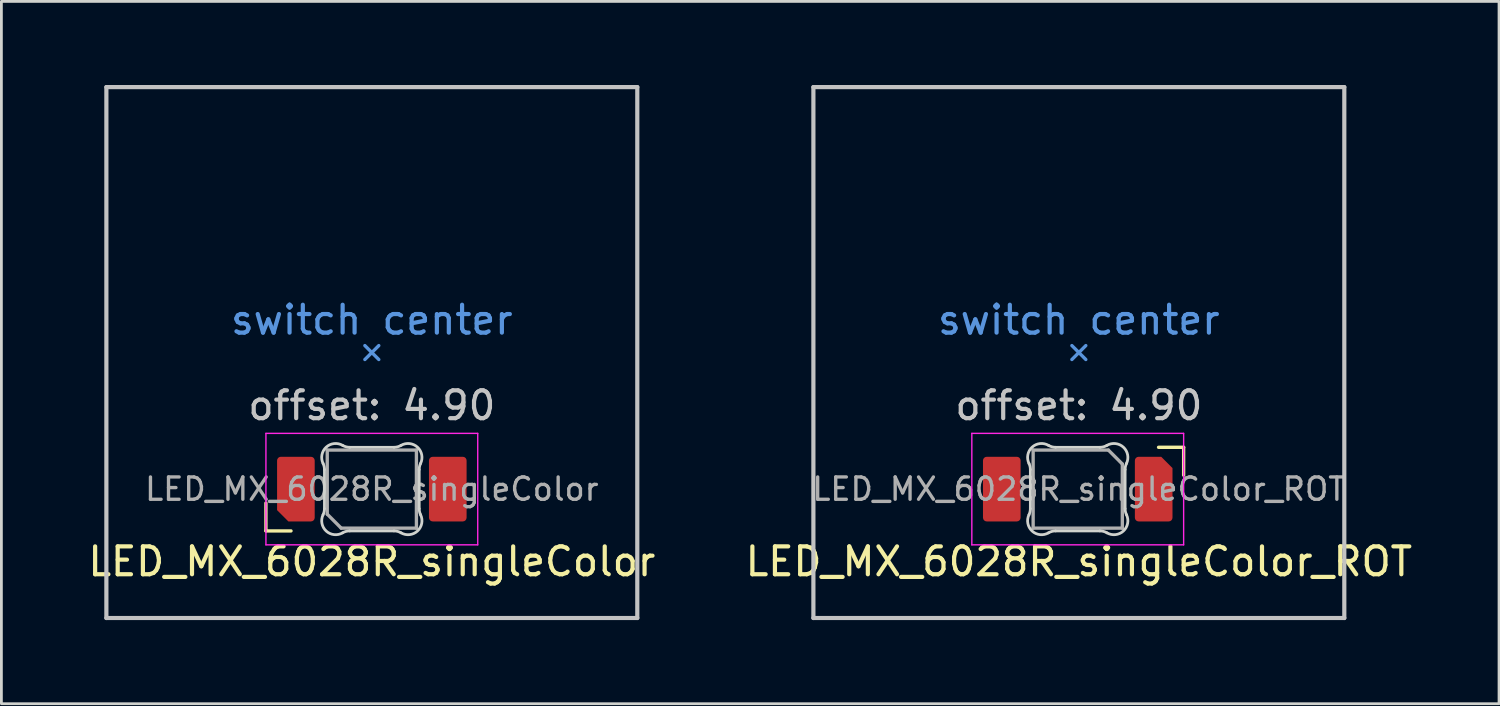
<source format=kicad_pcb>
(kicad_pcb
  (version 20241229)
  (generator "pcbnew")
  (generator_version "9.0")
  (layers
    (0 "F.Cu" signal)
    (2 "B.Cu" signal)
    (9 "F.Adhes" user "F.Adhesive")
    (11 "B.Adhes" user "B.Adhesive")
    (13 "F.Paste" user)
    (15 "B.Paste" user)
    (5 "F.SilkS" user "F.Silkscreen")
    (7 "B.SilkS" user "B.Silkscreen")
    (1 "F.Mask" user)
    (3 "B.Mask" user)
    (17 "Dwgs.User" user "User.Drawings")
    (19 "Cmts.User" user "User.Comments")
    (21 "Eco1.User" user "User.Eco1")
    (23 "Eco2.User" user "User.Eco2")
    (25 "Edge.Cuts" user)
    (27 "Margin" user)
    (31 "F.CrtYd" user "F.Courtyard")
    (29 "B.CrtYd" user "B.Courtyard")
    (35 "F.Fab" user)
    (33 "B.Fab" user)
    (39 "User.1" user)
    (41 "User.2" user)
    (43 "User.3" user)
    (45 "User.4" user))
  (footprint "LED_MX_6028R_singleColor_ROT"
    (layer "F.Cu")
    (at 35.661 14.5)
    (property "Reference" "LED_MX_6028R_singleColor_ROT" (at 0 2.6 0) (layer "F.SilkS") (effects (font (size 1 1) (thickness 0.15))))
    (attr smd)
    (fp_line (start 3.76 -1.5) (end 2.86 -1.5) (stroke (width 0.12) (type solid)) (layer "F.SilkS"))
    (fp_line (start 3.76 -0.5) (end 3.76 -1.5) (stroke (width 0.12) (type solid)) (layer "F.SilkS"))
    (fp_line (start -9.525 -14.425) (end -9.525 4.625) (stroke (width 0.15) (type solid)) (layer "Dwgs.User"))
    (fp_line (start -9.525 4.625) (end 9.525 4.625) (stroke (width 0.15) (type solid)) (layer "Dwgs.User"))
    (fp_line (start 9.525 -14.425) (end -9.525 -14.425) (stroke (width 0.15) (type solid)) (layer "Dwgs.User"))
    (fp_line (start 9.525 4.625) (end 9.525 -14.425) (stroke (width 0.15) (type solid)) (layer "Dwgs.User"))
    (fp_line (start -0.25 -4.65) (end 0 -4.9) (stroke (width 0.12) (type solid)) (layer "Cmts.User"))
    (fp_line (start 0 -4.9) (end -0.25 -5.15) (stroke (width 0.12) (type solid)) (layer "Cmts.User"))
    (fp_line (start 0 -4.9) (end 0.25 -5.15) (stroke (width 0.12) (type solid)) (layer "Cmts.User"))
    (fp_line (start 0.25 -4.65) (end 0 -4.9) (stroke (width 0.12) (type solid)) (layer "Cmts.User"))
    (fp_line (start -1.74 -0.703) (end -1.74 0.703) (stroke (width 0.1) (type solid)) (layer "Edge.Cuts"))
    (fp_line (start -0.834 1.5) (end 0.754 1.5) (stroke (width 0.1) (type solid)) (layer "Edge.Cuts"))
    (fp_line (start 0.754 -1.5) (end -0.834 -1.5) (stroke (width 0.1) (type solid)) (layer "Edge.Cuts"))
    (fp_line (start 1.66 0.703) (end 1.66 -0.703) (stroke (width 0.1) (type solid)) (layer "Edge.Cuts"))
    (fp_arc (start -1.789484 -0.919719) (mid -1.752519 -0.814068) (end -1.739999 -0.702842) (stroke (width 0.1) (type solid)) (layer "Edge.Cuts"))
    (fp_arc (start -1.789484 -0.919719) (mid -1.67807 -1.504033) (end -1.086711 -1.568296) (stroke (width 0.1) (type solid)) (layer "Edge.Cuts"))
    (fp_arc (start -1.739999 0.702843) (mid -1.752528 0.814069) (end -1.789484 0.919721) (stroke (width 0.1) (type solid)) (layer "Edge.Cuts"))
    (fp_arc (start -1.086711 1.5683) (mid -1.678072 1.504036) (end -1.789484 0.919721) (stroke (width 0.1) (type solid)) (layer "Edge.Cuts"))
    (fp_arc (start -1.086711 1.5683) (mid -0.965123 1.517378) (end -0.834453 1.500001) (stroke (width 0.1) (type solid)) (layer "Edge.Cuts"))
    (fp_arc (start -0.834452 -1.499999) (mid -0.965122 -1.517376) (end -1.08671 -1.568298) (stroke (width 0.1) (type solid)) (layer "Edge.Cuts"))
    (fp_arc (start 0.754453 1.5) (mid 0.885123 1.517377) (end 1.006711 1.568299) (stroke (width 0.1) (type solid)) (layer "Edge.Cuts"))
    (fp_arc (start 1.006711 -1.568298) (mid 0.885123 -1.517376) (end 0.754452 -1.499999) (stroke (width 0.1) (type solid)) (layer "Edge.Cuts"))
    (fp_arc (start 1.006711 -1.568298) (mid 1.598072 -1.504034) (end 1.709484 -0.919718) (stroke (width 0.1) (type solid)) (layer "Edge.Cuts"))
    (fp_arc (start 1.659999 -0.702841) (mid 1.672527 -0.814067) (end 1.709484 -0.919719) (stroke (width 0.1) (type solid)) (layer "Edge.Cuts"))
    (fp_arc (start 1.709484 0.919721) (mid 1.598071 1.504036) (end 1.006711 1.568299) (stroke (width 0.1) (type solid)) (layer "Edge.Cuts"))
    (fp_arc (start 1.709484 0.919721) (mid 1.672527 0.814069) (end 1.659999 0.702844) (stroke (width 0.1) (type solid)) (layer "Edge.Cuts"))
    (fp_line (start -3.84 -2) (end 3.76 -2) (stroke (width 0.05) (type solid)) (layer "F.CrtYd"))
    (fp_line (start -3.84 2) (end -3.84 -2) (stroke (width 0.05) (type solid)) (layer "F.CrtYd"))
    (fp_line (start 3.76 -2) (end 3.76 2) (stroke (width 0.05) (type solid)) (layer "F.CrtYd"))
    (fp_line (start 3.76 2) (end -3.84 2) (stroke (width 0.05) (type solid)) (layer "F.CrtYd"))
    (fp_line (start -1.64 -1.4) (end 1.06 -1.4) (stroke (width 0.12) (type solid)) (layer "F.Fab"))
    (fp_line (start -1.64 1.4) (end -1.64 -1.4) (stroke (width 0.12) (type solid)) (layer "F.Fab"))
    (fp_line (start 1.56 -0.9) (end 1.06 -1.4) (stroke (width 0.12) (type solid)) (layer "F.Fab"))
    (fp_line (start 1.56 -0.9) (end 1.56 1.4) (stroke (width 0.12) (type solid)) (layer "F.Fab"))
    (fp_line (start 1.56 1.4) (end -1.64 1.4) (stroke (width 0.12) (type solid)) (layer "F.Fab"))
    (fp_text user "offset: 4.90" (at 0 -3 0) (layer "Dwgs.User") (effects (font (size 1 1) (thickness 0.15))))
    (fp_text user "switch center" (at 0 -6.07 0) (layer "Cmts.User") (effects (font (size 1 1) (thickness 0.15))))
    (fp_text user "${REFERENCE}" (at 0 0 0) (layer "F.Fab") (effects (font (size 0.8 0.8) (thickness 0.12))))
    (pad "1" smd roundrect (at 2.685 0 270) (size 2.32 1.35) (layers "F.Cu" "F.Mask" "F.Paste") (roundrect_rratio 0.1) (chamfer_ratio 0.3) (chamfer top_left))
    (pad "2" smd roundrect (at -2.765 0 270) (size 2.32 1.35) (layers "F.Cu" "F.Mask" "F.Paste") (roundrect_rratio 0.1)))
  (footprint "LED_MX_6028R_singleColor"
    (layer "F.Cu")
    (at 10.292 14.5)
    (property "Reference" "LED_MX_6028R_singleColor" (at 0 2.6 0) (layer "F.SilkS") (effects (font (size 1 1) (thickness 0.15))))
    (attr smd)
    (fp_line (start -3.8 0.5) (end -3.8 1.5) (stroke (width 0.12) (type solid)) (layer "F.SilkS"))
    (fp_line (start -3.8 1.5) (end -2.9 1.5) (stroke (width 0.12) (type solid)) (layer "F.SilkS"))
    (fp_line (start -9.525 -14.425) (end -9.525 4.625) (stroke (width 0.15) (type solid)) (layer "Dwgs.User"))
    (fp_line (start -9.525 4.625) (end 9.525 4.625) (stroke (width 0.15) (type solid)) (layer "Dwgs.User"))
    (fp_line (start 9.525 -14.425) (end -9.525 -14.425) (stroke (width 0.15) (type solid)) (layer "Dwgs.User"))
    (fp_line (start 9.525 4.625) (end 9.525 -14.425) (stroke (width 0.15) (type solid)) (layer "Dwgs.User"))
    (fp_line (start -0.25 -4.65) (end 0 -4.9) (stroke (width 0.12) (type solid)) (layer "Cmts.User"))
    (fp_line (start 0 -4.9) (end -0.25 -5.15) (stroke (width 0.12) (type solid)) (layer "Cmts.User"))
    (fp_line (start 0 -4.9) (end 0.25 -5.15) (stroke (width 0.12) (type solid)) (layer "Cmts.User"))
    (fp_line (start 0.25 -4.65) (end 0 -4.9) (stroke (width 0.12) (type solid)) (layer "Cmts.User"))
    (fp_line (start -1.7 -0.703) (end -1.7 0.703) (stroke (width 0.1) (type solid)) (layer "Edge.Cuts"))
    (fp_line (start -0.794 1.5) (end 0.794 1.5) (stroke (width 0.1) (type solid)) (layer "Edge.Cuts"))
    (fp_line (start 0.794 -1.5) (end -0.794 -1.5) (stroke (width 0.1) (type solid)) (layer "Edge.Cuts"))
    (fp_line (start 1.7 0.703) (end 1.7 -0.703) (stroke (width 0.1) (type solid)) (layer "Edge.Cuts"))
    (fp_arc (start -1.749484 -0.919721) (mid -1.712527 -0.814069) (end -1.699999 -0.702844) (stroke (width 0.1) (type solid)) (layer "Edge.Cuts"))
    (fp_arc (start -1.749484 -0.919721) (mid -1.638071 -1.504035) (end -1.046711 -1.568299) (stroke (width 0.1) (type solid)) (layer "Edge.Cuts"))
    (fp_arc (start -1.699999 0.702841) (mid -1.712527 0.814067) (end -1.749484 0.919719) (stroke (width 0.1) (type solid)) (layer "Edge.Cuts"))
    (fp_arc (start -1.046711 1.568298) (mid -1.638072 1.504034) (end -1.749484 0.919718) (stroke (width 0.1) (type solid)) (layer "Edge.Cuts"))
    (fp_arc (start -1.046711 1.568298) (mid -0.925123 1.517376) (end -0.794452 1.499999) (stroke (width 0.1) (type solid)) (layer "Edge.Cuts"))
    (fp_arc (start -0.794453 -1.5) (mid -0.925123 -1.517377) (end -1.046711 -1.568299) (stroke (width 0.1) (type solid)) (layer "Edge.Cuts"))
    (fp_arc (start 0.794452 1.499999) (mid 0.925122 1.517376) (end 1.04671 1.568298) (stroke (width 0.1) (type solid)) (layer "Edge.Cuts"))
    (fp_arc (start 1.046711 -1.5683) (mid 0.925123 -1.517378) (end 0.794453 -1.500001) (stroke (width 0.1) (type solid)) (layer "Edge.Cuts"))
    (fp_arc (start 1.046711 -1.5683) (mid 1.638071 -1.504036) (end 1.749484 -0.919721) (stroke (width 0.1) (type solid)) (layer "Edge.Cuts"))
    (fp_arc (start 1.699999 -0.702843) (mid 1.712527 -0.814069) (end 1.749484 -0.919721) (stroke (width 0.1) (type solid)) (layer "Edge.Cuts"))
    (fp_arc (start 1.749484 0.919719) (mid 1.63807 1.504033) (end 1.046711 1.568296) (stroke (width 0.1) (type solid)) (layer "Edge.Cuts"))
    (fp_arc (start 1.749484 0.919719) (mid 1.712527 0.814067) (end 1.699999 0.702842) (stroke (width 0.1) (type solid)) (layer "Edge.Cuts"))
    (fp_line (start -3.8 -2) (end 3.8 -2) (stroke (width 0.05) (type solid)) (layer "F.CrtYd"))
    (fp_line (start -3.8 2) (end -3.8 -2) (stroke (width 0.05) (type solid)) (layer "F.CrtYd"))
    (fp_line (start 3.8 -2) (end 3.8 2) (stroke (width 0.05) (type solid)) (layer "F.CrtYd"))
    (fp_line (start 3.8 2) (end -3.8 2) (stroke (width 0.05) (type solid)) (layer "F.CrtYd"))
    (fp_line (start -1.6 -1.4) (end 1.6 -1.4) (stroke (width 0.12) (type solid)) (layer "F.Fab"))
    (fp_line (start -1.6 0.9) (end -1.6 -1.4) (stroke (width 0.12) (type solid)) (layer "F.Fab"))
    (fp_line (start -1.6 0.9) (end -1.1 1.4) (stroke (width 0.12) (type solid)) (layer "F.Fab"))
    (fp_line (start 1.6 -1.4) (end 1.6 1.4) (stroke (width 0.12) (type solid)) (layer "F.Fab"))
    (fp_line (start 1.6 1.4) (end -1.1 1.4) (stroke (width 0.12) (type solid)) (layer "F.Fab"))
    (fp_text user "offset: 4.90" (at 0 -3 0) (layer "Dwgs.User") (effects (font (size 1 1) (thickness 0.15))))
    (fp_text user "switch center" (at 0 -6.07 0) (layer "Cmts.User") (effects (font (size 1 1) (thickness 0.15))))
    (fp_text user "${REFERENCE}" (at 0 0 0) (layer "F.Fab") (effects (font (size 0.8 0.8) (thickness 0.12))))
    (pad "1" smd roundrect (at -2.725 0 90) (size 2.32 1.35) (layers "F.Cu" "F.Mask" "F.Paste") (roundrect_rratio 0.1) (chamfer_ratio 0.3) (chamfer top_left))
    (pad "2" smd roundrect (at 2.725 0 90) (size 2.32 1.35) (layers "F.Cu" "F.Mask" "F.Paste") (roundrect_rratio 0.1)))
  (gr_rect
    (start -3 -3)
    (end 50.738 22.2)
    (stroke (width 0.1) (type default))
    (fill no)
    (layer "Edge.Cuts")))
</source>
